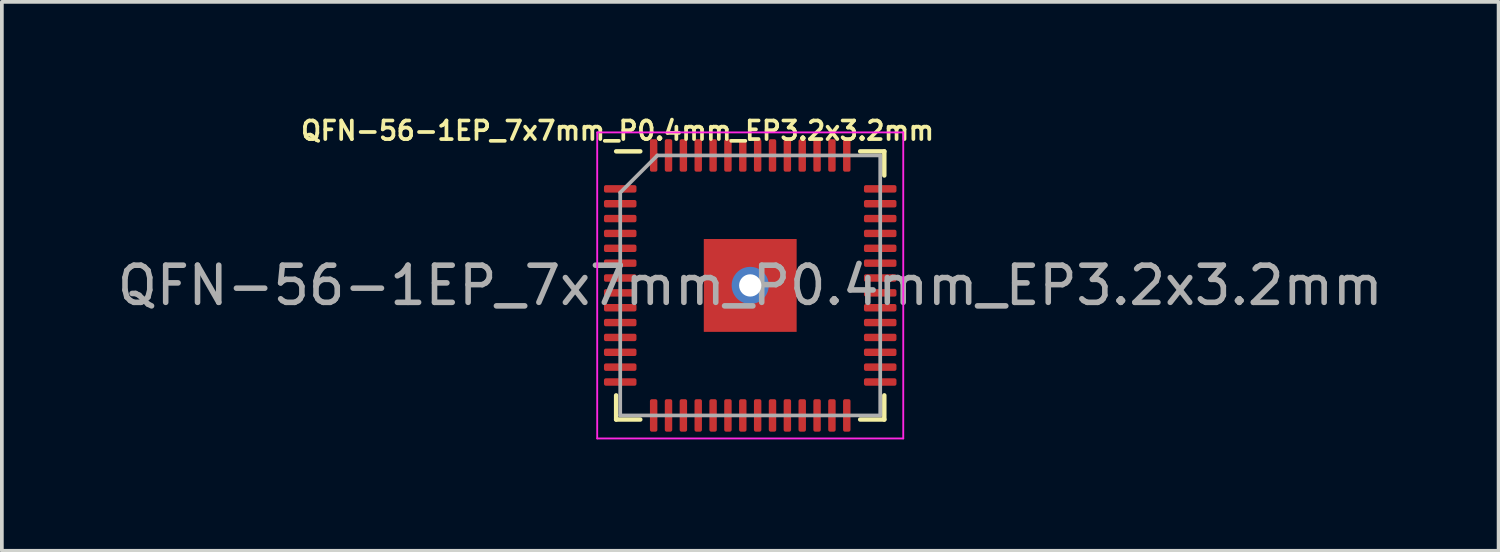
<source format=kicad_pcb>
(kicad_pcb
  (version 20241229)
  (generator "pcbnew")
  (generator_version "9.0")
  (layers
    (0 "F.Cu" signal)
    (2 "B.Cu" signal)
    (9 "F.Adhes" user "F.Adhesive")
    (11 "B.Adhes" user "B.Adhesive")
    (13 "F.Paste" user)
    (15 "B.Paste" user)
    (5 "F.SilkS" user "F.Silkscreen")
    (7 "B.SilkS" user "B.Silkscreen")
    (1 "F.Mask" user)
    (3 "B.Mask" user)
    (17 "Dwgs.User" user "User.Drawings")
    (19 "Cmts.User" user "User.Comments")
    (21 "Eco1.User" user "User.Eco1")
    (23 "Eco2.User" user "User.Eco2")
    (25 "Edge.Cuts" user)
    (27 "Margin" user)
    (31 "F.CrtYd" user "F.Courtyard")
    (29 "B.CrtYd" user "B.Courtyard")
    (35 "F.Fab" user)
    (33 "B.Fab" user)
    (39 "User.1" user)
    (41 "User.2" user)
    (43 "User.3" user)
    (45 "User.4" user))
  (footprint "QFN-56-1EP_7x7mm_P0.4mm_EP3.2x3.2mm"
    (layer "F.Cu")
    (at 17.149 4.635)
    (property "Reference" "QFN-56-1EP_7x7mm_P0.4mm_EP3.2x3.2mm" (at -3.572 -4.167 0) (layer "F.SilkS") (effects (font (size 0.5 0.5) (thickness 0.1) (bold yes))))
    (attr smd)
    (fp_line (start -3.61 -3.61) (end -2.96 -3.61) (stroke (width 0.12) (type solid)) (layer "F.SilkS"))
    (fp_line (start -3.61 2.96) (end -3.61 3.61) (stroke (width 0.12) (type solid)) (layer "F.SilkS"))
    (fp_line (start -3.61 3.61) (end -2.96 3.61) (stroke (width 0.12) (type solid)) (layer "F.SilkS"))
    (fp_line (start 3.61 -3.61) (end 2.96 -3.61) (stroke (width 0.12) (type solid)) (layer "F.SilkS"))
    (fp_line (start 3.61 -2.96) (end 3.61 -3.61) (stroke (width 0.12) (type solid)) (layer "F.SilkS"))
    (fp_line (start 3.61 2.96) (end 3.61 3.61) (stroke (width 0.12) (type solid)) (layer "F.SilkS"))
    (fp_line (start 3.61 3.61) (end 2.96 3.61) (stroke (width 0.12) (type solid)) (layer "F.SilkS"))
    (fp_line (start -4.12 -4.12) (end 4.12 -4.12) (stroke (width 0.05) (type solid)) (layer "F.CrtYd"))
    (fp_line (start -4.12 4.12) (end -4.12 -4.12) (stroke (width 0.05) (type solid)) (layer "F.CrtYd"))
    (fp_line (start 4.12 -4.12) (end 4.12 4.12) (stroke (width 0.05) (type solid)) (layer "F.CrtYd"))
    (fp_line (start 4.12 4.12) (end -4.12 4.12) (stroke (width 0.05) (type solid)) (layer "F.CrtYd"))
    (fp_line (start -3.5 -2.5) (end -3.5 3.5) (stroke (width 0.1) (type solid)) (layer "F.Fab"))
    (fp_line (start -3.5 3.5) (end 3.5 3.5) (stroke (width 0.1) (type solid)) (layer "F.Fab"))
    (fp_line (start -2.5 -3.5) (end -3.5 -2.5) (stroke (width 0.1) (type solid)) (layer "F.Fab"))
    (fp_line (start 3.5 -3.5) (end -2.5 -3.5) (stroke (width 0.1) (type solid)) (layer "F.Fab"))
    (fp_line (start 3.5 3.5) (end 3.5 -3.5) (stroke (width 0.1) (type solid)) (layer "F.Fab"))
    (fp_text user "${REFERENCE}" (at 0 0 0) (layer "F.Fab") (effects (font (size 1 1) (thickness 0.15))))
    (pad "" smd roundrect (at -0.6 -0.6) (size 0.8 0.8) (layers "F.Paste") (roundrect_rratio 0.194))
    (pad "" smd roundrect (at -0.6 0.6) (size 0.8 0.8) (layers "F.Paste") (roundrect_rratio 0.194))
    (pad "" smd roundrect (at 0.6 -0.6) (size 0.8 0.8) (layers "F.Paste") (roundrect_rratio 0.194))
    (pad "" smd roundrect (at 0.6 0.6) (size 0.8 0.8) (layers "F.Paste") (roundrect_rratio 0.194))
    (pad "1" smd roundrect (at -3.5 -2.6) (size 0.875 0.2) (layers "F.Cu" "F.Mask" "F.Paste") (roundrect_rratio 0.25))
    (pad "2" smd roundrect (at -3.5 -2.2) (size 0.875 0.2) (layers "F.Cu" "F.Mask" "F.Paste") (roundrect_rratio 0.25))
    (pad "3" smd roundrect (at -3.5 -1.8) (size 0.875 0.2) (layers "F.Cu" "F.Mask" "F.Paste") (roundrect_rratio 0.25))
    (pad "4" smd roundrect (at -3.5 -1.4) (size 0.875 0.2) (layers "F.Cu" "F.Mask" "F.Paste") (roundrect_rratio 0.25))
    (pad "5" smd roundrect (at -3.5 -1) (size 0.875 0.2) (layers "F.Cu" "F.Mask" "F.Paste") (roundrect_rratio 0.25))
    (pad "6" smd roundrect (at -3.5 -0.6) (size 0.875 0.2) (layers "F.Cu" "F.Mask" "F.Paste") (roundrect_rratio 0.25))
    (pad "7" smd roundrect (at -3.5 -0.2) (size 0.875 0.2) (layers "F.Cu" "F.Mask" "F.Paste") (roundrect_rratio 0.25))
    (pad "8" smd roundrect (at -3.5 0.2) (size 0.875 0.2) (layers "F.Cu" "F.Mask" "F.Paste") (roundrect_rratio 0.25))
    (pad "9" smd roundrect (at -3.5 0.6) (size 0.875 0.2) (layers "F.Cu" "F.Mask" "F.Paste") (roundrect_rratio 0.25))
    (pad "10" smd roundrect (at -3.5 1) (size 0.875 0.2) (layers "F.Cu" "F.Mask" "F.Paste") (roundrect_rratio 0.25))
    (pad "11" smd roundrect (at -3.5 1.4) (size 0.875 0.2) (layers "F.Cu" "F.Mask" "F.Paste") (roundrect_rratio 0.25))
    (pad "12" smd roundrect (at -3.5 1.8) (size 0.875 0.2) (layers "F.Cu" "F.Mask" "F.Paste") (roundrect_rratio 0.25))
    (pad "13" smd roundrect (at -3.5 2.2) (size 0.875 0.2) (layers "F.Cu" "F.Mask" "F.Paste") (roundrect_rratio 0.25))
    (pad "14" smd roundrect (at -3.5 2.6) (size 0.875 0.2) (layers "F.Cu" "F.Mask" "F.Paste") (roundrect_rratio 0.25))
    (pad "15" smd roundrect (at -2.6 3.5) (size 0.2 0.875) (layers "F.Cu" "F.Mask" "F.Paste") (roundrect_rratio 0.25))
    (pad "16" smd roundrect (at -2.2 3.5) (size 0.2 0.875) (layers "F.Cu" "F.Mask" "F.Paste") (roundrect_rratio 0.25))
    (pad "17" smd roundrect (at -1.8 3.5) (size 0.2 0.875) (layers "F.Cu" "F.Mask" "F.Paste") (roundrect_rratio 0.25))
    (pad "18" smd roundrect (at -1.4 3.5) (size 0.2 0.875) (layers "F.Cu" "F.Mask" "F.Paste") (roundrect_rratio 0.25))
    (pad "19" smd roundrect (at -1 3.5) (size 0.2 0.875) (layers "F.Cu" "F.Mask" "F.Paste") (roundrect_rratio 0.25))
    (pad "20" smd roundrect (at -0.6 3.5) (size 0.2 0.875) (layers "F.Cu" "F.Mask" "F.Paste") (roundrect_rratio 0.25))
    (pad "21" smd roundrect (at -0.2 3.5) (size 0.2 0.875) (layers "F.Cu" "F.Mask" "F.Paste") (roundrect_rratio 0.25))
    (pad "22" smd roundrect (at 0.2 3.5) (size 0.2 0.875) (layers "F.Cu" "F.Mask" "F.Paste") (roundrect_rratio 0.25))
    (pad "23" smd roundrect (at 0.6 3.5) (size 0.2 0.875) (layers "F.Cu" "F.Mask" "F.Paste") (roundrect_rratio 0.25))
    (pad "24" smd roundrect (at 1 3.5) (size 0.2 0.875) (layers "F.Cu" "F.Mask" "F.Paste") (roundrect_rratio 0.25))
    (pad "25" smd roundrect (at 1.4 3.5) (size 0.2 0.875) (layers "F.Cu" "F.Mask" "F.Paste") (roundrect_rratio 0.25))
    (pad "26" smd roundrect (at 1.8 3.5) (size 0.2 0.875) (layers "F.Cu" "F.Mask" "F.Paste") (roundrect_rratio 0.25))
    (pad "27" smd roundrect (at 2.2 3.5) (size 0.2 0.875) (layers "F.Cu" "F.Mask" "F.Paste") (roundrect_rratio 0.25))
    (pad "28" smd roundrect (at 2.6 3.5) (size 0.2 0.875) (layers "F.Cu" "F.Mask" "F.Paste") (roundrect_rratio 0.25))
    (pad "29" smd roundrect (at 3.5 2.6) (size 0.875 0.2) (layers "F.Cu" "F.Mask" "F.Paste") (roundrect_rratio 0.25))
    (pad "30" smd roundrect (at 3.5 2.2) (size 0.875 0.2) (layers "F.Cu" "F.Mask" "F.Paste") (roundrect_rratio 0.25))
    (pad "31" smd roundrect (at 3.5 1.8) (size 0.875 0.2) (layers "F.Cu" "F.Mask" "F.Paste") (roundrect_rratio 0.25))
    (pad "32" smd roundrect (at 3.5 1.4) (size 0.875 0.2) (layers "F.Cu" "F.Mask" "F.Paste") (roundrect_rratio 0.25))
    (pad "33" smd roundrect (at 3.5 1) (size 0.875 0.2) (layers "F.Cu" "F.Mask" "F.Paste") (roundrect_rratio 0.25))
    (pad "34" smd roundrect (at 3.5 0.6) (size 0.875 0.2) (layers "F.Cu" "F.Mask" "F.Paste") (roundrect_rratio 0.25))
    (pad "35" smd roundrect (at 3.5 0.2) (size 0.875 0.2) (layers "F.Cu" "F.Mask" "F.Paste") (roundrect_rratio 0.25))
    (pad "36" smd roundrect (at 3.5 -0.2) (size 0.875 0.2) (layers "F.Cu" "F.Mask" "F.Paste") (roundrect_rratio 0.25))
    (pad "37" smd roundrect (at 3.5 -0.6) (size 0.875 0.2) (layers "F.Cu" "F.Mask" "F.Paste") (roundrect_rratio 0.25))
    (pad "38" smd roundrect (at 3.5 -1) (size 0.875 0.2) (layers "F.Cu" "F.Mask" "F.Paste") (roundrect_rratio 0.25))
    (pad "39" smd roundrect (at 3.5 -1.4) (size 0.875 0.2) (layers "F.Cu" "F.Mask" "F.Paste") (roundrect_rratio 0.25))
    (pad "40" smd roundrect (at 3.5 -1.8) (size 0.875 0.2) (layers "F.Cu" "F.Mask" "F.Paste") (roundrect_rratio 0.25))
    (pad "41" smd roundrect (at 3.5 -2.2) (size 0.875 0.2) (layers "F.Cu" "F.Mask" "F.Paste") (roundrect_rratio 0.25))
    (pad "42" smd roundrect (at 3.5 -2.6) (size 0.875 0.2) (layers "F.Cu" "F.Mask" "F.Paste") (roundrect_rratio 0.25))
    (pad "43" smd roundrect (at 2.6 -3.5) (size 0.2 0.875) (layers "F.Cu" "F.Mask" "F.Paste") (roundrect_rratio 0.25))
    (pad "44" smd roundrect (at 2.2 -3.5) (size 0.2 0.875) (layers "F.Cu" "F.Mask" "F.Paste") (roundrect_rratio 0.25))
    (pad "45" smd roundrect (at 1.8 -3.5) (size 0.2 0.875) (layers "F.Cu" "F.Mask" "F.Paste") (roundrect_rratio 0.25))
    (pad "46" smd roundrect (at 1.4 -3.5) (size 0.2 0.875) (layers "F.Cu" "F.Mask" "F.Paste") (roundrect_rratio 0.25))
    (pad "47" smd roundrect (at 1 -3.5) (size 0.2 0.875) (layers "F.Cu" "F.Mask" "F.Paste") (roundrect_rratio 0.25))
    (pad "48" smd roundrect (at 0.6 -3.5) (size 0.2 0.875) (layers "F.Cu" "F.Mask" "F.Paste") (roundrect_rratio 0.25))
    (pad "49" smd roundrect (at 0.2 -3.5) (size 0.2 0.875) (layers "F.Cu" "F.Mask" "F.Paste") (roundrect_rratio 0.25))
    (pad "50" smd roundrect (at -0.2 -3.5) (size 0.2 0.875) (layers "F.Cu" "F.Mask" "F.Paste") (roundrect_rratio 0.25))
    (pad "51" smd roundrect (at -0.6 -3.5) (size 0.2 0.875) (layers "F.Cu" "F.Mask" "F.Paste") (roundrect_rratio 0.25))
    (pad "52" smd roundrect (at -1 -3.5) (size 0.2 0.875) (layers "F.Cu" "F.Mask" "F.Paste") (roundrect_rratio 0.25))
    (pad "53" smd roundrect (at -1.4 -3.5) (size 0.2 0.875) (layers "F.Cu" "F.Mask" "F.Paste") (roundrect_rratio 0.25))
    (pad "54" smd roundrect (at -1.8 -3.5) (size 0.2 0.875) (layers "F.Cu" "F.Mask" "F.Paste") (roundrect_rratio 0.25))
    (pad "55" smd roundrect (at -2.2 -3.5) (size 0.2 0.875) (layers "F.Cu" "F.Mask" "F.Paste") (roundrect_rratio 0.25))
    (pad "56" smd roundrect (at -2.6 -3.5) (size 0.2 0.875) (layers "F.Cu" "F.Mask" "F.Paste") (roundrect_rratio 0.25))
    (pad "57" thru_hole circle (at 0 0) (size 1 1) (drill 0.6) (layers "*.Cu" "*.Mask"))
    (pad "57" smd rect (at 0 0) (size 2.5 2.5) (layers "F.Cu" "F.Mask")))
  (gr_rect
    (start -3 -3)
    (end 37.298 11.78)
    (stroke (width 0.1) (type default))
    (fill no)
    (layer "Edge.Cuts")))
</source>
